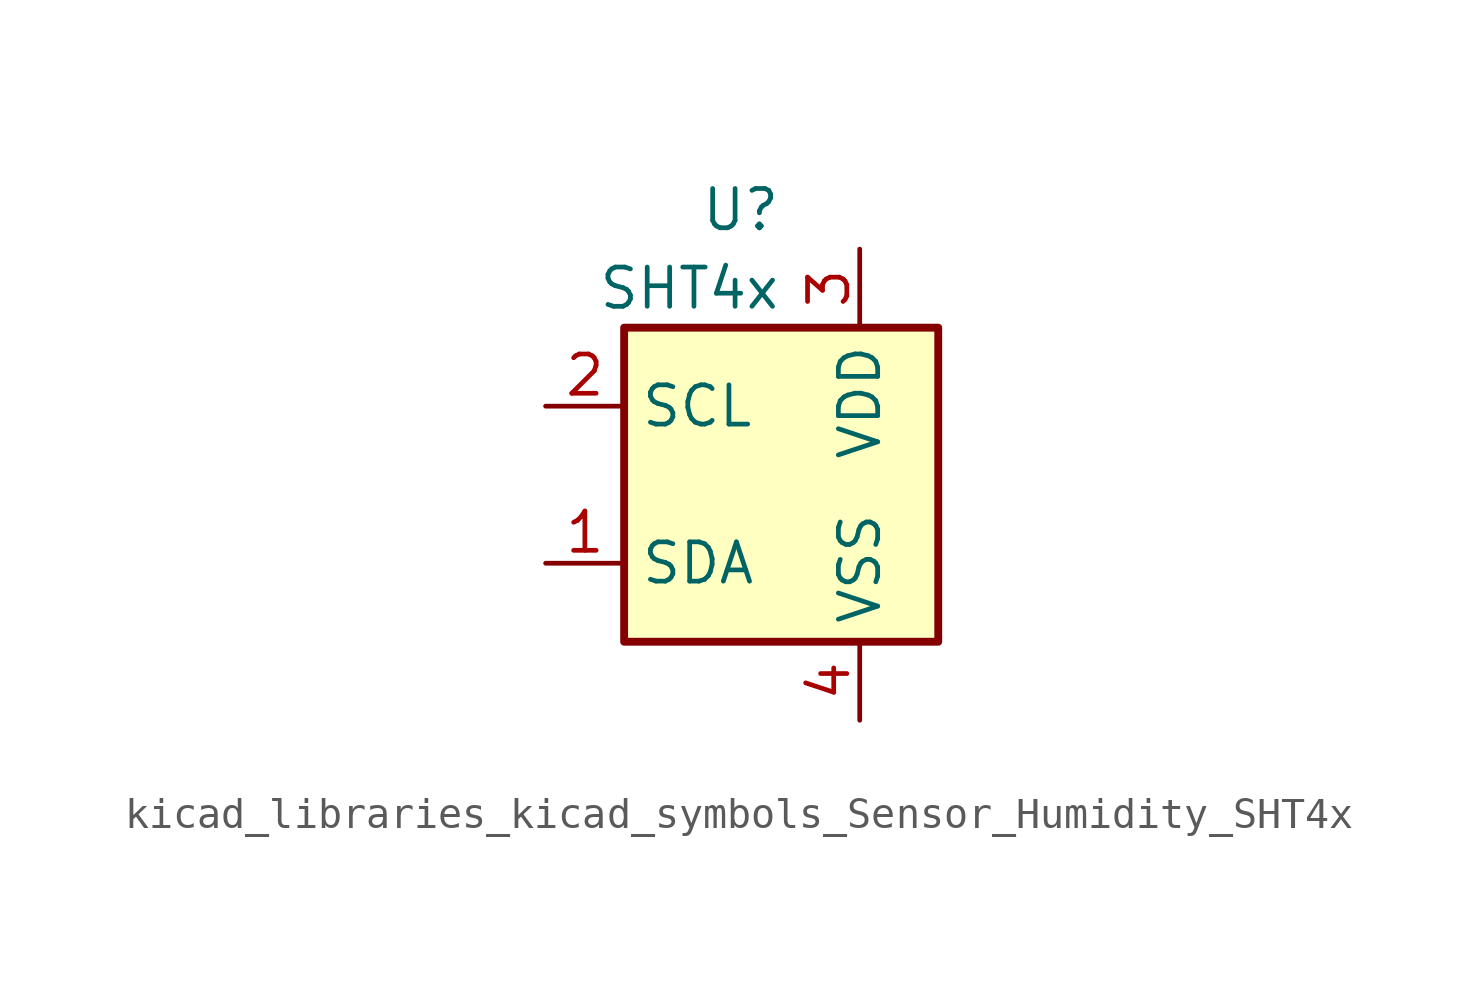
<source format=kicad_sym>
(kicad_symbol_lib
  (version 20220914)
  (generator kicad_symbol_editor)
  (symbol "kicad_libraries_kicad_symbols_Sensor_Humidity_SHT4x"
    (property "Reference" "U"
      (at 0 8.89 0)
      (effects (font (size 1.27 1.27)) (justify right)))
    (property "Value" "SHT4x"
      (at 0 6.35 0)
      (effects (font (size 1.27 1.27)) (justify right)))
    (symbol "kicad_libraries_kicad_symbols_Sensor_Humidity_SHT4x_1_1"
      (rectangle (start -5.08 5.08) (end 5.08 -5.08) (stroke (width 0.254) (type default)) (fill (type background)))
      (pin bidirectional line (at -7.62 -2.54 0) (length 2.54) (name "SDA" (effects (font (size 1.27 1.27)))) (number "1" (effects (font (size 1.27 1.27)))))
      (pin input line (at -7.62 2.54 0) (length 2.54) (name "SCL" (effects (font (size 1.27 1.27)))) (number "2" (effects (font (size 1.27 1.27)))))
      (pin power_in line (at 2.54 7.62 270) (length 2.54) (name "VDD" (effects (font (size 1.27 1.27)))) (number "3" (effects (font (size 1.27 1.27)))))
      (pin power_in line (at 2.54 -7.62 90) (length 2.54) (name "VSS" (effects (font (size 1.27 1.27)))) (number "4" (effects (font (size 1.27 1.27))))))))
</source>
